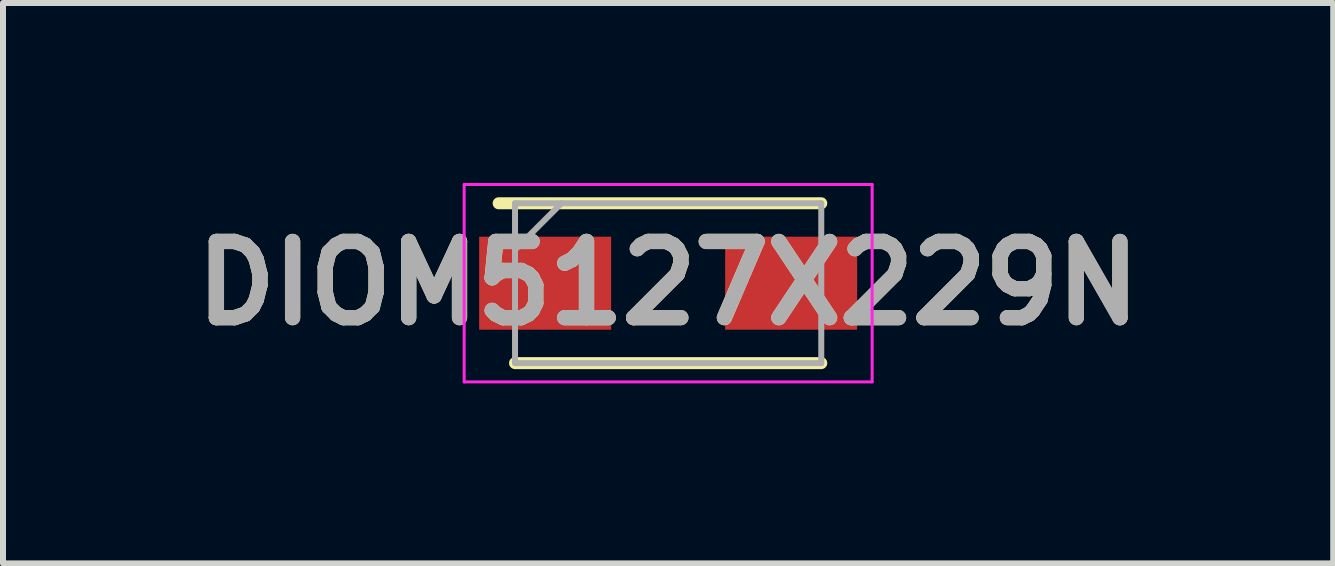
<source format=kicad_pcb>
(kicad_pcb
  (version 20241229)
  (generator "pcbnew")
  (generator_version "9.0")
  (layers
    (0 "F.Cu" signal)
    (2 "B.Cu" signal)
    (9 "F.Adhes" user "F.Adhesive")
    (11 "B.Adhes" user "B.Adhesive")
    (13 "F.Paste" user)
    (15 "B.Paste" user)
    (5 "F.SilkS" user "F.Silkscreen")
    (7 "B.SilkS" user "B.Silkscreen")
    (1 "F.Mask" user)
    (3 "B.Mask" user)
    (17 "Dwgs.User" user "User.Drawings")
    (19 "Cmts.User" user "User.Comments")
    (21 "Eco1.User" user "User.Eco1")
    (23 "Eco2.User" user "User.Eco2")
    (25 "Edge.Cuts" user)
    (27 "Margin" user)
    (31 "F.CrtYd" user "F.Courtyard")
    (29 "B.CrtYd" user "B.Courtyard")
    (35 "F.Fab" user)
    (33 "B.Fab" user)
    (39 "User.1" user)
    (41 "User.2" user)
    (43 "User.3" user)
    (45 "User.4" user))
  (footprint "DIOM5127X229N"
    (layer "F.Cu")
    (at 8.086 1.67)
    (property "Reference" "DIOM5127X229N" (at 0 0 0) (layer "F.SilkS") (effects (font (size 1.27 1.27) (thickness 0.254))))
    (attr smd)
    (fp_line (start -2.552 1.332) (end 2.552 1.332) (stroke (width 0.2) (type solid)) (layer "F.SilkS"))
    (fp_line (start 2.552 -1.332) (end -2.825 -1.332) (stroke (width 0.2) (type solid)) (layer "F.SilkS"))
    (fp_line (start -3.4 -1.645) (end 3.4 -1.645) (stroke (width 0.05) (type solid)) (layer "F.CrtYd"))
    (fp_line (start -3.4 1.645) (end -3.4 -1.645) (stroke (width 0.05) (type solid)) (layer "F.CrtYd"))
    (fp_line (start 3.4 -1.645) (end 3.4 1.645) (stroke (width 0.05) (type solid)) (layer "F.CrtYd"))
    (fp_line (start 3.4 1.645) (end -3.4 1.645) (stroke (width 0.05) (type solid)) (layer "F.CrtYd"))
    (fp_line (start -2.552 -1.332) (end 2.552 -1.332) (stroke (width 0.1) (type solid)) (layer "F.Fab"))
    (fp_line (start -2.552 -0.558) (end -1.778 -1.332) (stroke (width 0.1) (type solid)) (layer "F.Fab"))
    (fp_line (start -2.552 1.332) (end -2.552 -1.332) (stroke (width 0.1) (type solid)) (layer "F.Fab"))
    (fp_line (start 2.552 -1.332) (end 2.552 1.332) (stroke (width 0.1) (type solid)) (layer "F.Fab"))
    (fp_line (start 2.552 1.332) (end -2.552 1.332) (stroke (width 0.1) (type solid)) (layer "F.Fab"))
    (fp_text user "${REFERENCE}" (at 0 0 0) (layer "F.Fab") (effects (font (size 1.27 1.27) (thickness 0.254))))
    (pad "1" smd rect (at -2.05 0 90) (size 1.55 2.2) (layers "F.Cu" "F.Mask" "F.Paste"))
    (pad "2" smd rect (at 2.05 0 90) (size 1.55 2.2) (layers "F.Cu" "F.Mask" "F.Paste")))
  (gr_rect
    (start -3 -3)
    (end 19.171 6.34)
    (stroke (width 0.1) (type default))
    (fill no)
    (layer "Edge.Cuts")))
</source>
